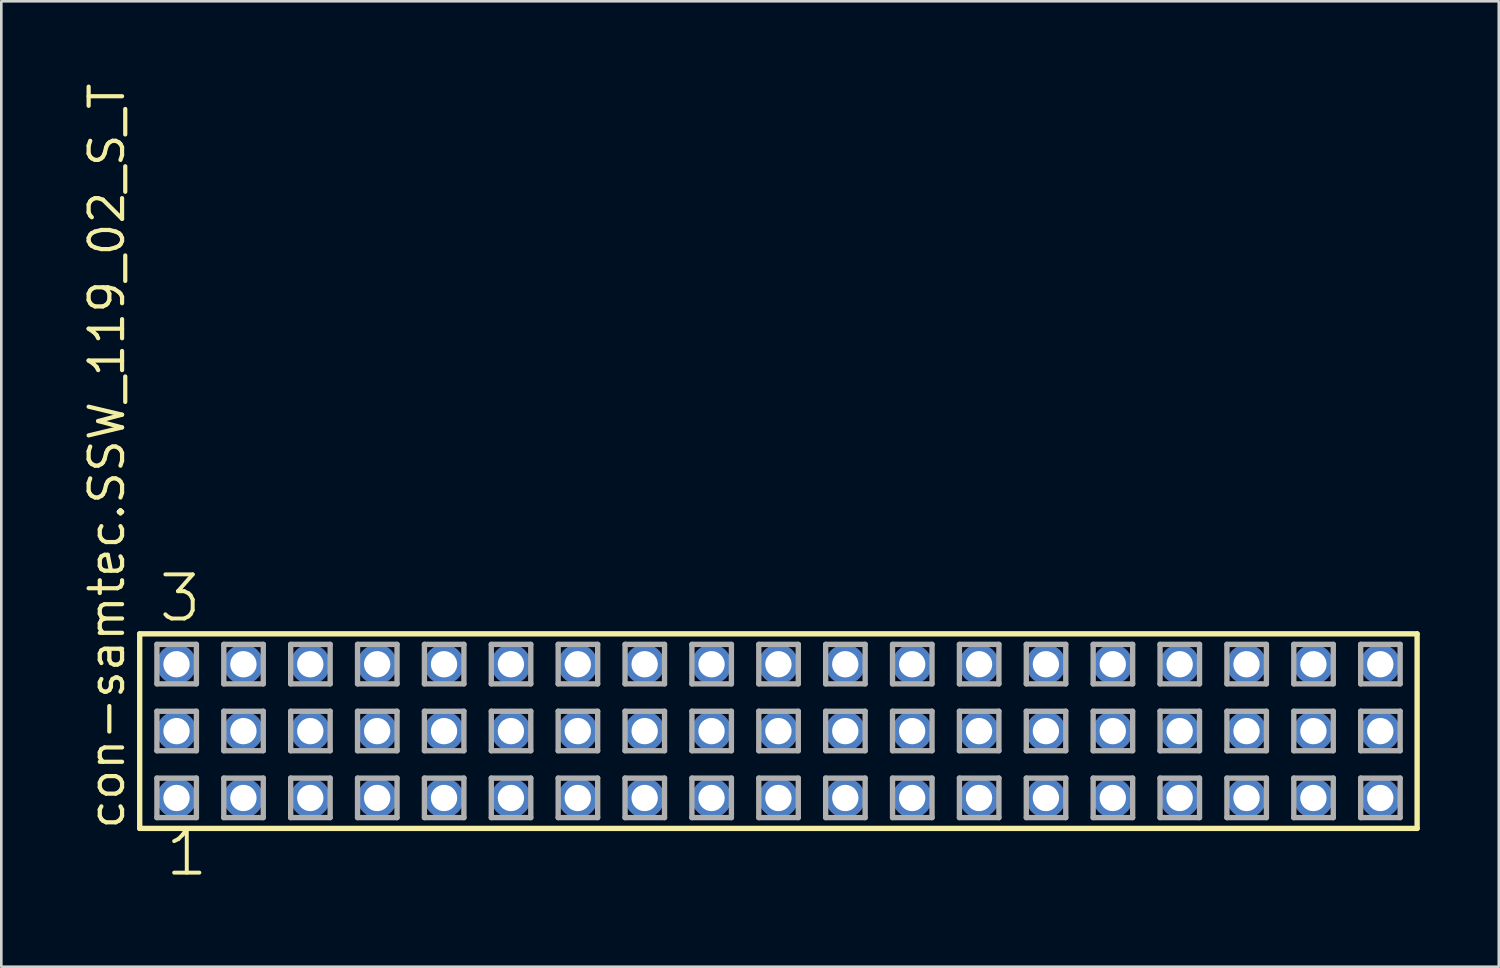
<source format=kicad_pcb>
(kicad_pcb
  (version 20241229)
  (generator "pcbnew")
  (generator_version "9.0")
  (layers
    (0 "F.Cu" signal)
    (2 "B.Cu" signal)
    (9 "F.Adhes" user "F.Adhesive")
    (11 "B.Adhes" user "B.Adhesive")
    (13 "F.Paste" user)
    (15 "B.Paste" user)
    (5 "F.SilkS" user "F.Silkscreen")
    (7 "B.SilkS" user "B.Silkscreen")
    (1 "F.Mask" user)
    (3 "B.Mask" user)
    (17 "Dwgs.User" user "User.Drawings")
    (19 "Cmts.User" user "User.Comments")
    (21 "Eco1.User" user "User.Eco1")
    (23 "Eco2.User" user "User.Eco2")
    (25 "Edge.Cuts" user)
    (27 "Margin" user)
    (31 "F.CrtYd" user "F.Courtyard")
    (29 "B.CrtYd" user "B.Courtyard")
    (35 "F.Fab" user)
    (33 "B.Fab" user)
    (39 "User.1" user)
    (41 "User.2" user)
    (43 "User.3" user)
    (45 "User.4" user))
  (footprint "con-samtec.SSW_119_02_S_T"
    (layer "F.Cu")
    (at 26.515 24.719)
    (property "Reference" "con-samtec.SSW_119_02_S_T" (at -24.765 3.81 90) (layer "F.SilkS") (effects (font (size 1.27 1.27) (thickness 0.16)) (justify left bottom)))
    (attr through_hole)
    (fp_line (start -24.259 -3.695) (end 24.259 -3.695) (stroke (width 0.203) (type default)) (layer "F.SilkS"))
    (fp_line (start -24.259 3.695) (end -24.259 -3.695) (stroke (width 0.203) (type default)) (layer "F.SilkS"))
    (fp_line (start 24.259 -3.695) (end 24.259 3.695) (stroke (width 0.203) (type default)) (layer "F.SilkS"))
    (fp_line (start 24.259 3.695) (end -24.259 3.695) (stroke (width 0.203) (type default)) (layer "F.SilkS"))
    (fp_line (start -23.605 -3.295) (end -22.105 -3.295) (stroke (width 0.203) (type default)) (layer "F.Fab"))
    (fp_line (start -23.605 -1.795) (end -23.605 -3.295) (stroke (width 0.203) (type default)) (layer "F.Fab"))
    (fp_line (start -23.605 -0.755) (end -22.105 -0.755) (stroke (width 0.203) (type default)) (layer "F.Fab"))
    (fp_line (start -23.605 0.745) (end -23.605 -0.755) (stroke (width 0.203) (type default)) (layer "F.Fab"))
    (fp_line (start -23.605 1.785) (end -22.105 1.785) (stroke (width 0.203) (type default)) (layer "F.Fab"))
    (fp_line (start -23.605 3.285) (end -23.605 1.785) (stroke (width 0.203) (type default)) (layer "F.Fab"))
    (fp_line (start -22.105 -3.295) (end -22.105 -1.795) (stroke (width 0.203) (type default)) (layer "F.Fab"))
    (fp_line (start -22.105 -1.795) (end -23.605 -1.795) (stroke (width 0.203) (type default)) (layer "F.Fab"))
    (fp_line (start -22.105 -0.755) (end -22.105 0.745) (stroke (width 0.203) (type default)) (layer "F.Fab"))
    (fp_line (start -22.105 0.745) (end -23.605 0.745) (stroke (width 0.203) (type default)) (layer "F.Fab"))
    (fp_line (start -22.105 1.785) (end -22.105 3.285) (stroke (width 0.203) (type default)) (layer "F.Fab"))
    (fp_line (start -22.105 3.285) (end -23.605 3.285) (stroke (width 0.203) (type default)) (layer "F.Fab"))
    (fp_line (start -21.065 -3.295) (end -19.565 -3.295) (stroke (width 0.203) (type default)) (layer "F.Fab"))
    (fp_line (start -21.065 -1.795) (end -21.065 -3.295) (stroke (width 0.203) (type default)) (layer "F.Fab"))
    (fp_line (start -21.065 -0.755) (end -19.565 -0.755) (stroke (width 0.203) (type default)) (layer "F.Fab"))
    (fp_line (start -21.065 0.745) (end -21.065 -0.755) (stroke (width 0.203) (type default)) (layer "F.Fab"))
    (fp_line (start -21.065 1.785) (end -19.565 1.785) (stroke (width 0.203) (type default)) (layer "F.Fab"))
    (fp_line (start -21.065 3.285) (end -21.065 1.785) (stroke (width 0.203) (type default)) (layer "F.Fab"))
    (fp_line (start -19.565 -3.295) (end -19.565 -1.795) (stroke (width 0.203) (type default)) (layer "F.Fab"))
    (fp_line (start -19.565 -1.795) (end -21.065 -1.795) (stroke (width 0.203) (type default)) (layer "F.Fab"))
    (fp_line (start -19.565 -0.755) (end -19.565 0.745) (stroke (width 0.203) (type default)) (layer "F.Fab"))
    (fp_line (start -19.565 0.745) (end -21.065 0.745) (stroke (width 0.203) (type default)) (layer "F.Fab"))
    (fp_line (start -19.565 1.785) (end -19.565 3.285) (stroke (width 0.203) (type default)) (layer "F.Fab"))
    (fp_line (start -19.565 3.285) (end -21.065 3.285) (stroke (width 0.203) (type default)) (layer "F.Fab"))
    (fp_line (start -18.525 -3.295) (end -17.025 -3.295) (stroke (width 0.203) (type default)) (layer "F.Fab"))
    (fp_line (start -18.525 -1.795) (end -18.525 -3.295) (stroke (width 0.203) (type default)) (layer "F.Fab"))
    (fp_line (start -18.525 -0.755) (end -17.025 -0.755) (stroke (width 0.203) (type default)) (layer "F.Fab"))
    (fp_line (start -18.525 0.745) (end -18.525 -0.755) (stroke (width 0.203) (type default)) (layer "F.Fab"))
    (fp_line (start -18.525 1.785) (end -17.025 1.785) (stroke (width 0.203) (type default)) (layer "F.Fab"))
    (fp_line (start -18.525 3.285) (end -18.525 1.785) (stroke (width 0.203) (type default)) (layer "F.Fab"))
    (fp_line (start -17.025 -3.295) (end -17.025 -1.795) (stroke (width 0.203) (type default)) (layer "F.Fab"))
    (fp_line (start -17.025 -1.795) (end -18.525 -1.795) (stroke (width 0.203) (type default)) (layer "F.Fab"))
    (fp_line (start -17.025 -0.755) (end -17.025 0.745) (stroke (width 0.203) (type default)) (layer "F.Fab"))
    (fp_line (start -17.025 0.745) (end -18.525 0.745) (stroke (width 0.203) (type default)) (layer "F.Fab"))
    (fp_line (start -17.025 1.785) (end -17.025 3.285) (stroke (width 0.203) (type default)) (layer "F.Fab"))
    (fp_line (start -17.025 3.285) (end -18.525 3.285) (stroke (width 0.203) (type default)) (layer "F.Fab"))
    (fp_line (start -15.985 -3.295) (end -14.485 -3.295) (stroke (width 0.203) (type default)) (layer "F.Fab"))
    (fp_line (start -15.985 -1.795) (end -15.985 -3.295) (stroke (width 0.203) (type default)) (layer "F.Fab"))
    (fp_line (start -15.985 -0.755) (end -14.485 -0.755) (stroke (width 0.203) (type default)) (layer "F.Fab"))
    (fp_line (start -15.985 0.745) (end -15.985 -0.755) (stroke (width 0.203) (type default)) (layer "F.Fab"))
    (fp_line (start -15.985 1.785) (end -14.485 1.785) (stroke (width 0.203) (type default)) (layer "F.Fab"))
    (fp_line (start -15.985 3.285) (end -15.985 1.785) (stroke (width 0.203) (type default)) (layer "F.Fab"))
    (fp_line (start -14.485 -3.295) (end -14.485 -1.795) (stroke (width 0.203) (type default)) (layer "F.Fab"))
    (fp_line (start -14.485 -1.795) (end -15.985 -1.795) (stroke (width 0.203) (type default)) (layer "F.Fab"))
    (fp_line (start -14.485 -0.755) (end -14.485 0.745) (stroke (width 0.203) (type default)) (layer "F.Fab"))
    (fp_line (start -14.485 0.745) (end -15.985 0.745) (stroke (width 0.203) (type default)) (layer "F.Fab"))
    (fp_line (start -14.485 1.785) (end -14.485 3.285) (stroke (width 0.203) (type default)) (layer "F.Fab"))
    (fp_line (start -14.485 3.285) (end -15.985 3.285) (stroke (width 0.203) (type default)) (layer "F.Fab"))
    (fp_line (start -13.445 -3.295) (end -11.945 -3.295) (stroke (width 0.203) (type default)) (layer "F.Fab"))
    (fp_line (start -13.445 -1.795) (end -13.445 -3.295) (stroke (width 0.203) (type default)) (layer "F.Fab"))
    (fp_line (start -13.445 -0.755) (end -11.945 -0.755) (stroke (width 0.203) (type default)) (layer "F.Fab"))
    (fp_line (start -13.445 0.745) (end -13.445 -0.755) (stroke (width 0.203) (type default)) (layer "F.Fab"))
    (fp_line (start -13.445 1.785) (end -11.945 1.785) (stroke (width 0.203) (type default)) (layer "F.Fab"))
    (fp_line (start -13.445 3.285) (end -13.445 1.785) (stroke (width 0.203) (type default)) (layer "F.Fab"))
    (fp_line (start -11.945 -3.295) (end -11.945 -1.795) (stroke (width 0.203) (type default)) (layer "F.Fab"))
    (fp_line (start -11.945 -1.795) (end -13.445 -1.795) (stroke (width 0.203) (type default)) (layer "F.Fab"))
    (fp_line (start -11.945 -0.755) (end -11.945 0.745) (stroke (width 0.203) (type default)) (layer "F.Fab"))
    (fp_line (start -11.945 0.745) (end -13.445 0.745) (stroke (width 0.203) (type default)) (layer "F.Fab"))
    (fp_line (start -11.945 1.785) (end -11.945 3.285) (stroke (width 0.203) (type default)) (layer "F.Fab"))
    (fp_line (start -11.945 3.285) (end -13.445 3.285) (stroke (width 0.203) (type default)) (layer "F.Fab"))
    (fp_line (start -10.905 -3.295) (end -9.405 -3.295) (stroke (width 0.203) (type default)) (layer "F.Fab"))
    (fp_line (start -10.905 -1.795) (end -10.905 -3.295) (stroke (width 0.203) (type default)) (layer "F.Fab"))
    (fp_line (start -10.905 -0.755) (end -9.405 -0.755) (stroke (width 0.203) (type default)) (layer "F.Fab"))
    (fp_line (start -10.905 0.745) (end -10.905 -0.755) (stroke (width 0.203) (type default)) (layer "F.Fab"))
    (fp_line (start -10.905 1.785) (end -9.405 1.785) (stroke (width 0.203) (type default)) (layer "F.Fab"))
    (fp_line (start -10.905 3.285) (end -10.905 1.785) (stroke (width 0.203) (type default)) (layer "F.Fab"))
    (fp_line (start -9.405 -3.295) (end -9.405 -1.795) (stroke (width 0.203) (type default)) (layer "F.Fab"))
    (fp_line (start -9.405 -1.795) (end -10.905 -1.795) (stroke (width 0.203) (type default)) (layer "F.Fab"))
    (fp_line (start -9.405 -0.755) (end -9.405 0.745) (stroke (width 0.203) (type default)) (layer "F.Fab"))
    (fp_line (start -9.405 0.745) (end -10.905 0.745) (stroke (width 0.203) (type default)) (layer "F.Fab"))
    (fp_line (start -9.405 1.785) (end -9.405 3.285) (stroke (width 0.203) (type default)) (layer "F.Fab"))
    (fp_line (start -9.405 3.285) (end -10.905 3.285) (stroke (width 0.203) (type default)) (layer "F.Fab"))
    (fp_line (start -8.365 -3.295) (end -6.865 -3.295) (stroke (width 0.203) (type default)) (layer "F.Fab"))
    (fp_line (start -8.365 -1.795) (end -8.365 -3.295) (stroke (width 0.203) (type default)) (layer "F.Fab"))
    (fp_line (start -8.365 -0.755) (end -6.865 -0.755) (stroke (width 0.203) (type default)) (layer "F.Fab"))
    (fp_line (start -8.365 0.745) (end -8.365 -0.755) (stroke (width 0.203) (type default)) (layer "F.Fab"))
    (fp_line (start -8.365 1.785) (end -6.865 1.785) (stroke (width 0.203) (type default)) (layer "F.Fab"))
    (fp_line (start -8.365 3.285) (end -8.365 1.785) (stroke (width 0.203) (type default)) (layer "F.Fab"))
    (fp_line (start -6.865 -3.295) (end -6.865 -1.795) (stroke (width 0.203) (type default)) (layer "F.Fab"))
    (fp_line (start -6.865 -1.795) (end -8.365 -1.795) (stroke (width 0.203) (type default)) (layer "F.Fab"))
    (fp_line (start -6.865 -0.755) (end -6.865 0.745) (stroke (width 0.203) (type default)) (layer "F.Fab"))
    (fp_line (start -6.865 0.745) (end -8.365 0.745) (stroke (width 0.203) (type default)) (layer "F.Fab"))
    (fp_line (start -6.865 1.785) (end -6.865 3.285) (stroke (width 0.203) (type default)) (layer "F.Fab"))
    (fp_line (start -6.865 3.285) (end -8.365 3.285) (stroke (width 0.203) (type default)) (layer "F.Fab"))
    (fp_line (start -5.825 -3.295) (end -4.325 -3.295) (stroke (width 0.203) (type default)) (layer "F.Fab"))
    (fp_line (start -5.825 -1.795) (end -5.825 -3.295) (stroke (width 0.203) (type default)) (layer "F.Fab"))
    (fp_line (start -5.825 -0.755) (end -4.325 -0.755) (stroke (width 0.203) (type default)) (layer "F.Fab"))
    (fp_line (start -5.825 0.745) (end -5.825 -0.755) (stroke (width 0.203) (type default)) (layer "F.Fab"))
    (fp_line (start -5.825 1.785) (end -4.325 1.785) (stroke (width 0.203) (type default)) (layer "F.Fab"))
    (fp_line (start -5.825 3.285) (end -5.825 1.785) (stroke (width 0.203) (type default)) (layer "F.Fab"))
    (fp_line (start -4.325 -3.295) (end -4.325 -1.795) (stroke (width 0.203) (type default)) (layer "F.Fab"))
    (fp_line (start -4.325 -1.795) (end -5.825 -1.795) (stroke (width 0.203) (type default)) (layer "F.Fab"))
    (fp_line (start -4.325 -0.755) (end -4.325 0.745) (stroke (width 0.203) (type default)) (layer "F.Fab"))
    (fp_line (start -4.325 0.745) (end -5.825 0.745) (stroke (width 0.203) (type default)) (layer "F.Fab"))
    (fp_line (start -4.325 1.785) (end -4.325 3.285) (stroke (width 0.203) (type default)) (layer "F.Fab"))
    (fp_line (start -4.325 3.285) (end -5.825 3.285) (stroke (width 0.203) (type default)) (layer "F.Fab"))
    (fp_line (start -3.285 -3.295) (end -1.785 -3.295) (stroke (width 0.203) (type default)) (layer "F.Fab"))
    (fp_line (start -3.285 -1.795) (end -3.285 -3.295) (stroke (width 0.203) (type default)) (layer "F.Fab"))
    (fp_line (start -3.285 -0.755) (end -1.785 -0.755) (stroke (width 0.203) (type default)) (layer "F.Fab"))
    (fp_line (start -3.285 0.745) (end -3.285 -0.755) (stroke (width 0.203) (type default)) (layer "F.Fab"))
    (fp_line (start -3.285 1.785) (end -1.785 1.785) (stroke (width 0.203) (type default)) (layer "F.Fab"))
    (fp_line (start -3.285 3.285) (end -3.285 1.785) (stroke (width 0.203) (type default)) (layer "F.Fab"))
    (fp_line (start -1.785 -3.295) (end -1.785 -1.795) (stroke (width 0.203) (type default)) (layer "F.Fab"))
    (fp_line (start -1.785 -1.795) (end -3.285 -1.795) (stroke (width 0.203) (type default)) (layer "F.Fab"))
    (fp_line (start -1.785 -0.755) (end -1.785 0.745) (stroke (width 0.203) (type default)) (layer "F.Fab"))
    (fp_line (start -1.785 0.745) (end -3.285 0.745) (stroke (width 0.203) (type default)) (layer "F.Fab"))
    (fp_line (start -1.785 1.785) (end -1.785 3.285) (stroke (width 0.203) (type default)) (layer "F.Fab"))
    (fp_line (start -1.785 3.285) (end -3.285 3.285) (stroke (width 0.203) (type default)) (layer "F.Fab"))
    (fp_line (start -0.745 -3.295) (end 0.755 -3.295) (stroke (width 0.203) (type default)) (layer "F.Fab"))
    (fp_line (start -0.745 -1.795) (end -0.745 -3.295) (stroke (width 0.203) (type default)) (layer "F.Fab"))
    (fp_line (start -0.745 -0.755) (end 0.755 -0.755) (stroke (width 0.203) (type default)) (layer "F.Fab"))
    (fp_line (start -0.745 0.745) (end -0.745 -0.755) (stroke (width 0.203) (type default)) (layer "F.Fab"))
    (fp_line (start -0.745 1.785) (end 0.755 1.785) (stroke (width 0.203) (type default)) (layer "F.Fab"))
    (fp_line (start -0.745 3.285) (end -0.745 1.785) (stroke (width 0.203) (type default)) (layer "F.Fab"))
    (fp_line (start 0.755 -3.295) (end 0.755 -1.795) (stroke (width 0.203) (type default)) (layer "F.Fab"))
    (fp_line (start 0.755 -1.795) (end -0.745 -1.795) (stroke (width 0.203) (type default)) (layer "F.Fab"))
    (fp_line (start 0.755 -0.755) (end 0.755 0.745) (stroke (width 0.203) (type default)) (layer "F.Fab"))
    (fp_line (start 0.755 0.745) (end -0.745 0.745) (stroke (width 0.203) (type default)) (layer "F.Fab"))
    (fp_line (start 0.755 1.785) (end 0.755 3.285) (stroke (width 0.203) (type default)) (layer "F.Fab"))
    (fp_line (start 0.755 3.285) (end -0.745 3.285) (stroke (width 0.203) (type default)) (layer "F.Fab"))
    (fp_line (start 1.795 -3.295) (end 3.295 -3.295) (stroke (width 0.203) (type default)) (layer "F.Fab"))
    (fp_line (start 1.795 -1.795) (end 1.795 -3.295) (stroke (width 0.203) (type default)) (layer "F.Fab"))
    (fp_line (start 1.795 -0.755) (end 3.295 -0.755) (stroke (width 0.203) (type default)) (layer "F.Fab"))
    (fp_line (start 1.795 0.745) (end 1.795 -0.755) (stroke (width 0.203) (type default)) (layer "F.Fab"))
    (fp_line (start 1.795 1.785) (end 3.295 1.785) (stroke (width 0.203) (type default)) (layer "F.Fab"))
    (fp_line (start 1.795 3.285) (end 1.795 1.785) (stroke (width 0.203) (type default)) (layer "F.Fab"))
    (fp_line (start 3.295 -3.295) (end 3.295 -1.795) (stroke (width 0.203) (type default)) (layer "F.Fab"))
    (fp_line (start 3.295 -1.795) (end 1.795 -1.795) (stroke (width 0.203) (type default)) (layer "F.Fab"))
    (fp_line (start 3.295 -0.755) (end 3.295 0.745) (stroke (width 0.203) (type default)) (layer "F.Fab"))
    (fp_line (start 3.295 0.745) (end 1.795 0.745) (stroke (width 0.203) (type default)) (layer "F.Fab"))
    (fp_line (start 3.295 1.785) (end 3.295 3.285) (stroke (width 0.203) (type default)) (layer "F.Fab"))
    (fp_line (start 3.295 3.285) (end 1.795 3.285) (stroke (width 0.203) (type default)) (layer "F.Fab"))
    (fp_line (start 4.335 -3.295) (end 5.835 -3.295) (stroke (width 0.203) (type default)) (layer "F.Fab"))
    (fp_line (start 4.335 -1.795) (end 4.335 -3.295) (stroke (width 0.203) (type default)) (layer "F.Fab"))
    (fp_line (start 4.335 -0.755) (end 5.835 -0.755) (stroke (width 0.203) (type default)) (layer "F.Fab"))
    (fp_line (start 4.335 0.745) (end 4.335 -0.755) (stroke (width 0.203) (type default)) (layer "F.Fab"))
    (fp_line (start 4.335 1.785) (end 5.835 1.785) (stroke (width 0.203) (type default)) (layer "F.Fab"))
    (fp_line (start 4.335 3.285) (end 4.335 1.785) (stroke (width 0.203) (type default)) (layer "F.Fab"))
    (fp_line (start 5.835 -3.295) (end 5.835 -1.795) (stroke (width 0.203) (type default)) (layer "F.Fab"))
    (fp_line (start 5.835 -1.795) (end 4.335 -1.795) (stroke (width 0.203) (type default)) (layer "F.Fab"))
    (fp_line (start 5.835 -0.755) (end 5.835 0.745) (stroke (width 0.203) (type default)) (layer "F.Fab"))
    (fp_line (start 5.835 0.745) (end 4.335 0.745) (stroke (width 0.203) (type default)) (layer "F.Fab"))
    (fp_line (start 5.835 1.785) (end 5.835 3.285) (stroke (width 0.203) (type default)) (layer "F.Fab"))
    (fp_line (start 5.835 3.285) (end 4.335 3.285) (stroke (width 0.203) (type default)) (layer "F.Fab"))
    (fp_line (start 6.875 -3.295) (end 8.375 -3.295) (stroke (width 0.203) (type default)) (layer "F.Fab"))
    (fp_line (start 6.875 -1.795) (end 6.875 -3.295) (stroke (width 0.203) (type default)) (layer "F.Fab"))
    (fp_line (start 6.875 -0.755) (end 8.375 -0.755) (stroke (width 0.203) (type default)) (layer "F.Fab"))
    (fp_line (start 6.875 0.745) (end 6.875 -0.755) (stroke (width 0.203) (type default)) (layer "F.Fab"))
    (fp_line (start 6.875 1.785) (end 8.375 1.785) (stroke (width 0.203) (type default)) (layer "F.Fab"))
    (fp_line (start 6.875 3.285) (end 6.875 1.785) (stroke (width 0.203) (type default)) (layer "F.Fab"))
    (fp_line (start 8.375 -3.295) (end 8.375 -1.795) (stroke (width 0.203) (type default)) (layer "F.Fab"))
    (fp_line (start 8.375 -1.795) (end 6.875 -1.795) (stroke (width 0.203) (type default)) (layer "F.Fab"))
    (fp_line (start 8.375 -0.755) (end 8.375 0.745) (stroke (width 0.203) (type default)) (layer "F.Fab"))
    (fp_line (start 8.375 0.745) (end 6.875 0.745) (stroke (width 0.203) (type default)) (layer "F.Fab"))
    (fp_line (start 8.375 1.785) (end 8.375 3.285) (stroke (width 0.203) (type default)) (layer "F.Fab"))
    (fp_line (start 8.375 3.285) (end 6.875 3.285) (stroke (width 0.203) (type default)) (layer "F.Fab"))
    (fp_line (start 9.415 -3.295) (end 10.915 -3.295) (stroke (width 0.203) (type default)) (layer "F.Fab"))
    (fp_line (start 9.415 -1.795) (end 9.415 -3.295) (stroke (width 0.203) (type default)) (layer "F.Fab"))
    (fp_line (start 9.415 -0.755) (end 10.915 -0.755) (stroke (width 0.203) (type default)) (layer "F.Fab"))
    (fp_line (start 9.415 0.745) (end 9.415 -0.755) (stroke (width 0.203) (type default)) (layer "F.Fab"))
    (fp_line (start 9.415 1.785) (end 10.915 1.785) (stroke (width 0.203) (type default)) (layer "F.Fab"))
    (fp_line (start 9.415 3.285) (end 9.415 1.785) (stroke (width 0.203) (type default)) (layer "F.Fab"))
    (fp_line (start 10.915 -3.295) (end 10.915 -1.795) (stroke (width 0.203) (type default)) (layer "F.Fab"))
    (fp_line (start 10.915 -1.795) (end 9.415 -1.795) (stroke (width 0.203) (type default)) (layer "F.Fab"))
    (fp_line (start 10.915 -0.755) (end 10.915 0.745) (stroke (width 0.203) (type default)) (layer "F.Fab"))
    (fp_line (start 10.915 0.745) (end 9.415 0.745) (stroke (width 0.203) (type default)) (layer "F.Fab"))
    (fp_line (start 10.915 1.785) (end 10.915 3.285) (stroke (width 0.203) (type default)) (layer "F.Fab"))
    (fp_line (start 10.915 3.285) (end 9.415 3.285) (stroke (width 0.203) (type default)) (layer "F.Fab"))
    (fp_line (start 11.955 -3.295) (end 13.455 -3.295) (stroke (width 0.203) (type default)) (layer "F.Fab"))
    (fp_line (start 11.955 -1.795) (end 11.955 -3.295) (stroke (width 0.203) (type default)) (layer "F.Fab"))
    (fp_line (start 11.955 -0.755) (end 13.455 -0.755) (stroke (width 0.203) (type default)) (layer "F.Fab"))
    (fp_line (start 11.955 0.745) (end 11.955 -0.755) (stroke (width 0.203) (type default)) (layer "F.Fab"))
    (fp_line (start 11.955 1.785) (end 13.455 1.785) (stroke (width 0.203) (type default)) (layer "F.Fab"))
    (fp_line (start 11.955 3.285) (end 11.955 1.785) (stroke (width 0.203) (type default)) (layer "F.Fab"))
    (fp_line (start 13.455 -3.295) (end 13.455 -1.795) (stroke (width 0.203) (type default)) (layer "F.Fab"))
    (fp_line (start 13.455 -1.795) (end 11.955 -1.795) (stroke (width 0.203) (type default)) (layer "F.Fab"))
    (fp_line (start 13.455 -0.755) (end 13.455 0.745) (stroke (width 0.203) (type default)) (layer "F.Fab"))
    (fp_line (start 13.455 0.745) (end 11.955 0.745) (stroke (width 0.203) (type default)) (layer "F.Fab"))
    (fp_line (start 13.455 1.785) (end 13.455 3.285) (stroke (width 0.203) (type default)) (layer "F.Fab"))
    (fp_line (start 13.455 3.285) (end 11.955 3.285) (stroke (width 0.203) (type default)) (layer "F.Fab"))
    (fp_line (start 14.495 -3.295) (end 15.995 -3.295) (stroke (width 0.203) (type default)) (layer "F.Fab"))
    (fp_line (start 14.495 -1.795) (end 14.495 -3.295) (stroke (width 0.203) (type default)) (layer "F.Fab"))
    (fp_line (start 14.495 -0.755) (end 15.995 -0.755) (stroke (width 0.203) (type default)) (layer "F.Fab"))
    (fp_line (start 14.495 0.745) (end 14.495 -0.755) (stroke (width 0.203) (type default)) (layer "F.Fab"))
    (fp_line (start 14.495 1.785) (end 15.995 1.785) (stroke (width 0.203) (type default)) (layer "F.Fab"))
    (fp_line (start 14.495 3.285) (end 14.495 1.785) (stroke (width 0.203) (type default)) (layer "F.Fab"))
    (fp_line (start 15.995 -3.295) (end 15.995 -1.795) (stroke (width 0.203) (type default)) (layer "F.Fab"))
    (fp_line (start 15.995 -1.795) (end 14.495 -1.795) (stroke (width 0.203) (type default)) (layer "F.Fab"))
    (fp_line (start 15.995 -0.755) (end 15.995 0.745) (stroke (width 0.203) (type default)) (layer "F.Fab"))
    (fp_line (start 15.995 0.745) (end 14.495 0.745) (stroke (width 0.203) (type default)) (layer "F.Fab"))
    (fp_line (start 15.995 1.785) (end 15.995 3.285) (stroke (width 0.203) (type default)) (layer "F.Fab"))
    (fp_line (start 15.995 3.285) (end 14.495 3.285) (stroke (width 0.203) (type default)) (layer "F.Fab"))
    (fp_line (start 17.035 -3.295) (end 18.535 -3.295) (stroke (width 0.203) (type default)) (layer "F.Fab"))
    (fp_line (start 17.035 -1.795) (end 17.035 -3.295) (stroke (width 0.203) (type default)) (layer "F.Fab"))
    (fp_line (start 17.035 -0.755) (end 18.535 -0.755) (stroke (width 0.203) (type default)) (layer "F.Fab"))
    (fp_line (start 17.035 0.745) (end 17.035 -0.755) (stroke (width 0.203) (type default)) (layer "F.Fab"))
    (fp_line (start 17.035 1.785) (end 18.535 1.785) (stroke (width 0.203) (type default)) (layer "F.Fab"))
    (fp_line (start 17.035 3.285) (end 17.035 1.785) (stroke (width 0.203) (type default)) (layer "F.Fab"))
    (fp_line (start 18.535 -3.295) (end 18.535 -1.795) (stroke (width 0.203) (type default)) (layer "F.Fab"))
    (fp_line (start 18.535 -1.795) (end 17.035 -1.795) (stroke (width 0.203) (type default)) (layer "F.Fab"))
    (fp_line (start 18.535 -0.755) (end 18.535 0.745) (stroke (width 0.203) (type default)) (layer "F.Fab"))
    (fp_line (start 18.535 0.745) (end 17.035 0.745) (stroke (width 0.203) (type default)) (layer "F.Fab"))
    (fp_line (start 18.535 1.785) (end 18.535 3.285) (stroke (width 0.203) (type default)) (layer "F.Fab"))
    (fp_line (start 18.535 3.285) (end 17.035 3.285) (stroke (width 0.203) (type default)) (layer "F.Fab"))
    (fp_line (start 19.575 -3.295) (end 21.075 -3.295) (stroke (width 0.203) (type default)) (layer "F.Fab"))
    (fp_line (start 19.575 -1.795) (end 19.575 -3.295) (stroke (width 0.203) (type default)) (layer "F.Fab"))
    (fp_line (start 19.575 -0.755) (end 21.075 -0.755) (stroke (width 0.203) (type default)) (layer "F.Fab"))
    (fp_line (start 19.575 0.745) (end 19.575 -0.755) (stroke (width 0.203) (type default)) (layer "F.Fab"))
    (fp_line (start 19.575 1.785) (end 21.075 1.785) (stroke (width 0.203) (type default)) (layer "F.Fab"))
    (fp_line (start 19.575 3.285) (end 19.575 1.785) (stroke (width 0.203) (type default)) (layer "F.Fab"))
    (fp_line (start 21.075 -3.295) (end 21.075 -1.795) (stroke (width 0.203) (type default)) (layer "F.Fab"))
    (fp_line (start 21.075 -1.795) (end 19.575 -1.795) (stroke (width 0.203) (type default)) (layer "F.Fab"))
    (fp_line (start 21.075 -0.755) (end 21.075 0.745) (stroke (width 0.203) (type default)) (layer "F.Fab"))
    (fp_line (start 21.075 0.745) (end 19.575 0.745) (stroke (width 0.203) (type default)) (layer "F.Fab"))
    (fp_line (start 21.075 1.785) (end 21.075 3.285) (stroke (width 0.203) (type default)) (layer "F.Fab"))
    (fp_line (start 21.075 3.285) (end 19.575 3.285) (stroke (width 0.203) (type default)) (layer "F.Fab"))
    (fp_line (start 22.115 -3.295) (end 23.615 -3.295) (stroke (width 0.203) (type default)) (layer "F.Fab"))
    (fp_line (start 22.115 -1.795) (end 22.115 -3.295) (stroke (width 0.203) (type default)) (layer "F.Fab"))
    (fp_line (start 22.115 -0.755) (end 23.615 -0.755) (stroke (width 0.203) (type default)) (layer "F.Fab"))
    (fp_line (start 22.115 0.745) (end 22.115 -0.755) (stroke (width 0.203) (type default)) (layer "F.Fab"))
    (fp_line (start 22.115 1.785) (end 23.615 1.785) (stroke (width 0.203) (type default)) (layer "F.Fab"))
    (fp_line (start 22.115 3.285) (end 22.115 1.785) (stroke (width 0.203) (type default)) (layer "F.Fab"))
    (fp_line (start 23.615 -3.295) (end 23.615 -1.795) (stroke (width 0.203) (type default)) (layer "F.Fab"))
    (fp_line (start 23.615 -1.795) (end 22.115 -1.795) (stroke (width 0.203) (type default)) (layer "F.Fab"))
    (fp_line (start 23.615 -0.755) (end 23.615 0.745) (stroke (width 0.203) (type default)) (layer "F.Fab"))
    (fp_line (start 23.615 0.745) (end 22.115 0.745) (stroke (width 0.203) (type default)) (layer "F.Fab"))
    (fp_line (start 23.615 1.785) (end 23.615 3.285) (stroke (width 0.203) (type default)) (layer "F.Fab"))
    (fp_line (start 23.615 3.285) (end 22.115 3.285) (stroke (width 0.203) (type default)) (layer "F.Fab"))
    (fp_text user "3" (at -23.622 -4.064 0) (layer "F.SilkS") (effects (font (size 1.676 1.676) (thickness 0.15)) (justify left bottom)))
    (fp_text user "1" (at -23.368 5.588 0) (layer "F.SilkS") (effects (font (size 1.676 1.676) (thickness 0.15)) (justify left bottom)))
    (pad "1" thru_hole circle (at -22.86 2.54) (size 1.5 1.5) (drill 1) (layers "*.Cu" "*.Mask"))
    (pad "2" thru_hole circle (at -22.86 0) (size 1.5 1.5) (drill 1) (layers "*.Cu" "*.Mask"))
    (pad "3" thru_hole circle (at -22.86 -2.54) (size 1.5 1.5) (drill 1) (layers "*.Cu" "*.Mask"))
    (pad "4" thru_hole circle (at -20.32 2.54) (size 1.5 1.5) (drill 1) (layers "*.Cu" "*.Mask"))
    (pad "5" thru_hole circle (at -20.32 0) (size 1.5 1.5) (drill 1) (layers "*.Cu" "*.Mask"))
    (pad "6" thru_hole circle (at -20.32 -2.54) (size 1.5 1.5) (drill 1) (layers "*.Cu" "*.Mask"))
    (pad "7" thru_hole circle (at -17.78 2.54) (size 1.5 1.5) (drill 1) (layers "*.Cu" "*.Mask"))
    (pad "8" thru_hole circle (at -17.78 0) (size 1.5 1.5) (drill 1) (layers "*.Cu" "*.Mask"))
    (pad "9" thru_hole circle (at -17.78 -2.54) (size 1.5 1.5) (drill 1) (layers "*.Cu" "*.Mask"))
    (pad "10" thru_hole circle (at -15.24 2.54) (size 1.5 1.5) (drill 1) (layers "*.Cu" "*.Mask"))
    (pad "11" thru_hole circle (at -15.24 0) (size 1.5 1.5) (drill 1) (layers "*.Cu" "*.Mask"))
    (pad "12" thru_hole circle (at -15.24 -2.54) (size 1.5 1.5) (drill 1) (layers "*.Cu" "*.Mask"))
    (pad "13" thru_hole circle (at -12.7 2.54) (size 1.5 1.5) (drill 1) (layers "*.Cu" "*.Mask"))
    (pad "14" thru_hole circle (at -12.7 0) (size 1.5 1.5) (drill 1) (layers "*.Cu" "*.Mask"))
    (pad "15" thru_hole circle (at -12.7 -2.54) (size 1.5 1.5) (drill 1) (layers "*.Cu" "*.Mask"))
    (pad "16" thru_hole circle (at -10.16 2.54) (size 1.5 1.5) (drill 1) (layers "*.Cu" "*.Mask"))
    (pad "17" thru_hole circle (at -10.16 0) (size 1.5 1.5) (drill 1) (layers "*.Cu" "*.Mask"))
    (pad "18" thru_hole circle (at -10.16 -2.54) (size 1.5 1.5) (drill 1) (layers "*.Cu" "*.Mask"))
    (pad "19" thru_hole circle (at -7.62 2.54) (size 1.5 1.5) (drill 1) (layers "*.Cu" "*.Mask"))
    (pad "20" thru_hole circle (at -7.62 0) (size 1.5 1.5) (drill 1) (layers "*.Cu" "*.Mask"))
    (pad "21" thru_hole circle (at -7.62 -2.54) (size 1.5 1.5) (drill 1) (layers "*.Cu" "*.Mask"))
    (pad "22" thru_hole circle (at -5.08 2.54) (size 1.5 1.5) (drill 1) (layers "*.Cu" "*.Mask"))
    (pad "23" thru_hole circle (at -5.08 0) (size 1.5 1.5) (drill 1) (layers "*.Cu" "*.Mask"))
    (pad "24" thru_hole circle (at -5.08 -2.54) (size 1.5 1.5) (drill 1) (layers "*.Cu" "*.Mask"))
    (pad "25" thru_hole circle (at -2.54 2.54) (size 1.5 1.5) (drill 1) (layers "*.Cu" "*.Mask"))
    (pad "26" thru_hole circle (at -2.54 0) (size 1.5 1.5) (drill 1) (layers "*.Cu" "*.Mask"))
    (pad "27" thru_hole circle (at -2.54 -2.54) (size 1.5 1.5) (drill 1) (layers "*.Cu" "*.Mask"))
    (pad "28" thru_hole circle (at 0 2.54) (size 1.5 1.5) (drill 1) (layers "*.Cu" "*.Mask"))
    (pad "29" thru_hole circle (at 0 0) (size 1.5 1.5) (drill 1) (layers "*.Cu" "*.Mask"))
    (pad "30" thru_hole circle (at 0 -2.54) (size 1.5 1.5) (drill 1) (layers "*.Cu" "*.Mask"))
    (pad "31" thru_hole circle (at 2.54 2.54) (size 1.5 1.5) (drill 1) (layers "*.Cu" "*.Mask"))
    (pad "32" thru_hole circle (at 2.54 0) (size 1.5 1.5) (drill 1) (layers "*.Cu" "*.Mask"))
    (pad "33" thru_hole circle (at 2.54 -2.54) (size 1.5 1.5) (drill 1) (layers "*.Cu" "*.Mask"))
    (pad "34" thru_hole circle (at 5.08 2.54) (size 1.5 1.5) (drill 1) (layers "*.Cu" "*.Mask"))
    (pad "35" thru_hole circle (at 5.08 0) (size 1.5 1.5) (drill 1) (layers "*.Cu" "*.Mask"))
    (pad "36" thru_hole circle (at 5.08 -2.54) (size 1.5 1.5) (drill 1) (layers "*.Cu" "*.Mask"))
    (pad "37" thru_hole circle (at 7.62 2.54) (size 1.5 1.5) (drill 1) (layers "*.Cu" "*.Mask"))
    (pad "38" thru_hole circle (at 7.62 0) (size 1.5 1.5) (drill 1) (layers "*.Cu" "*.Mask"))
    (pad "39" thru_hole circle (at 7.62 -2.54) (size 1.5 1.5) (drill 1) (layers "*.Cu" "*.Mask"))
    (pad "40" thru_hole circle (at 10.16 2.54) (size 1.5 1.5) (drill 1) (layers "*.Cu" "*.Mask"))
    (pad "41" thru_hole circle (at 10.16 0) (size 1.5 1.5) (drill 1) (layers "*.Cu" "*.Mask"))
    (pad "42" thru_hole circle (at 10.16 -2.54) (size 1.5 1.5) (drill 1) (layers "*.Cu" "*.Mask"))
    (pad "43" thru_hole circle (at 12.7 2.54) (size 1.5 1.5) (drill 1) (layers "*.Cu" "*.Mask"))
    (pad "44" thru_hole circle (at 12.7 0) (size 1.5 1.5) (drill 1) (layers "*.Cu" "*.Mask"))
    (pad "45" thru_hole circle (at 12.7 -2.54) (size 1.5 1.5) (drill 1) (layers "*.Cu" "*.Mask"))
    (pad "46" thru_hole circle (at 15.24 2.54) (size 1.5 1.5) (drill 1) (layers "*.Cu" "*.Mask"))
    (pad "47" thru_hole circle (at 15.24 0) (size 1.5 1.5) (drill 1) (layers "*.Cu" "*.Mask"))
    (pad "48" thru_hole circle (at 15.24 -2.54) (size 1.5 1.5) (drill 1) (layers "*.Cu" "*.Mask"))
    (pad "49" thru_hole circle (at 17.78 2.54) (size 1.5 1.5) (drill 1) (layers "*.Cu" "*.Mask"))
    (pad "50" thru_hole circle (at 17.78 0) (size 1.5 1.5) (drill 1) (layers "*.Cu" "*.Mask"))
    (pad "51" thru_hole circle (at 17.78 -2.54) (size 1.5 1.5) (drill 1) (layers "*.Cu" "*.Mask"))
    (pad "52" thru_hole circle (at 20.32 2.54) (size 1.5 1.5) (drill 1) (layers "*.Cu" "*.Mask"))
    (pad "53" thru_hole circle (at 20.32 0) (size 1.5 1.5) (drill 1) (layers "*.Cu" "*.Mask"))
    (pad "54" thru_hole circle (at 20.32 -2.54) (size 1.5 1.5) (drill 1) (layers "*.Cu" "*.Mask"))
    (pad "55" thru_hole circle (at 22.86 2.54) (size 1.5 1.5) (drill 1) (layers "*.Cu" "*.Mask"))
    (pad "56" thru_hole circle (at 22.86 0) (size 1.5 1.5) (drill 1) (layers "*.Cu" "*.Mask"))
    (pad "57" thru_hole circle (at 22.86 -2.54) (size 1.5 1.5) (drill 1) (layers "*.Cu" "*.Mask")))
  (gr_rect
    (start -3 -3)
    (end 53.876 33.668)
    (stroke (width 0.1) (type default))
    (fill no)
    (layer "Edge.Cuts")))
</source>
